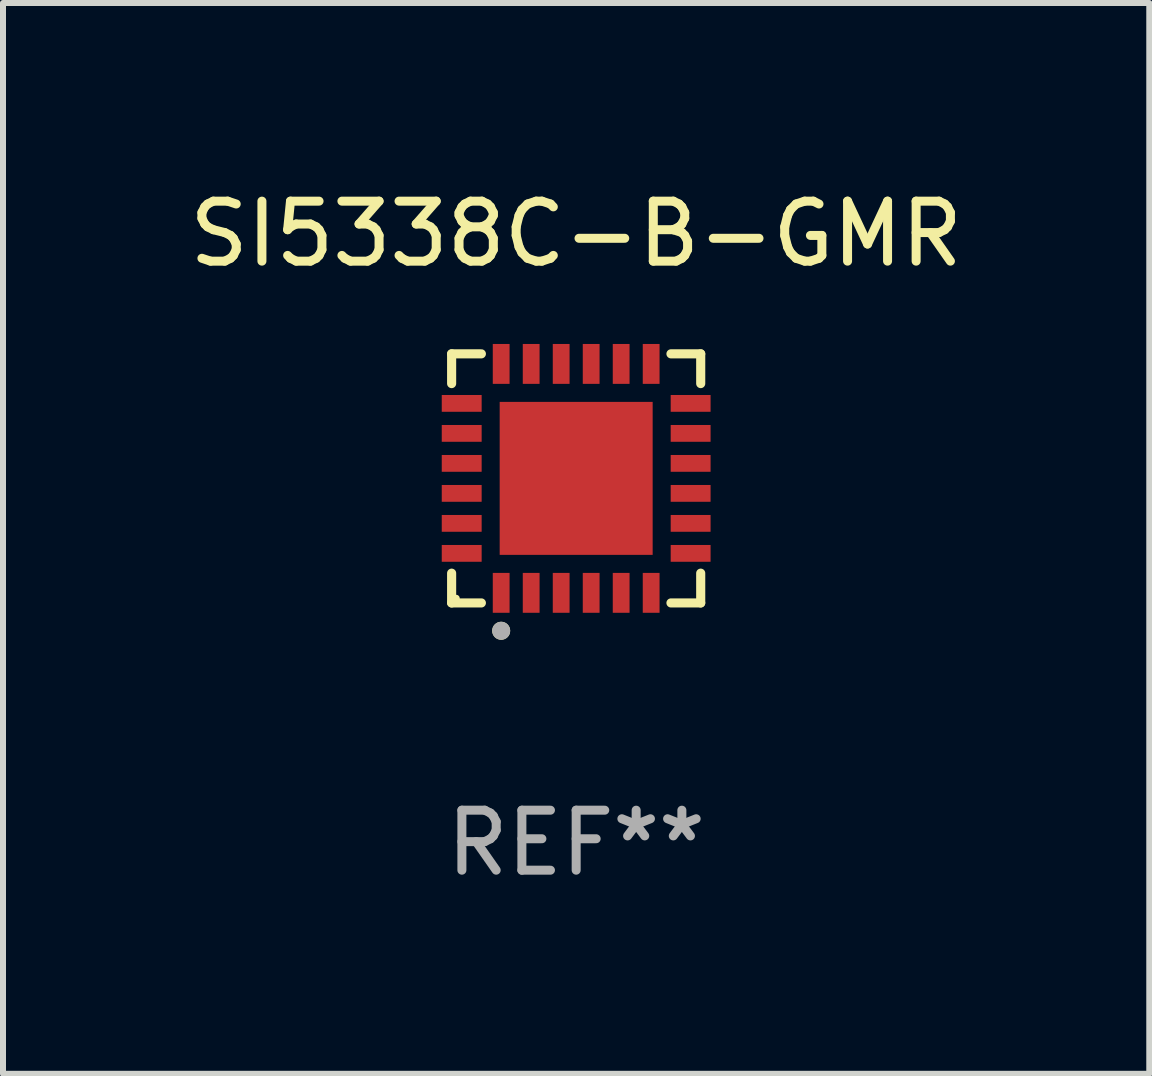
<source format=kicad_pcb>
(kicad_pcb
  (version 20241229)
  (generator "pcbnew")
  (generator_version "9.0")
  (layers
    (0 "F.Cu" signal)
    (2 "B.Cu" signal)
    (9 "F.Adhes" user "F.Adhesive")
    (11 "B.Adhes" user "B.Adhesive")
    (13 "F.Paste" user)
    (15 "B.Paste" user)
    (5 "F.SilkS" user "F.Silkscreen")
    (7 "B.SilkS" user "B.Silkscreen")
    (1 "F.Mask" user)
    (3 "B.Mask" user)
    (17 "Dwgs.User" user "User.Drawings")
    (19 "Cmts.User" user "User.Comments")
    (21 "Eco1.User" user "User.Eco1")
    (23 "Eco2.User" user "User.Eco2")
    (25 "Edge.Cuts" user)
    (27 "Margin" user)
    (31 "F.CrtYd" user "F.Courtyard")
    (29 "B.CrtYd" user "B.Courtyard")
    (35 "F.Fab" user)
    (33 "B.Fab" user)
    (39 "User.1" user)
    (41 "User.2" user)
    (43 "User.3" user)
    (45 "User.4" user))
  (footprint "SI5338C-B-GMR"
    (layer "F.Cu")
    (at 6.554 4.924)
    (property "Reference" "SI5338C-B-GMR" (at 0 -4.076 0) (layer "F.SilkS") (effects (font (size 1 1) (thickness 0.15))))
    (attr through_hole)
    (fp_line (start -2.076 -2.076) (end -1.58 -2.076) (stroke (width 0.152) (type solid)) (layer "F.SilkS"))
    (fp_line (start -2.076 -1.58) (end -2.076 -2.076) (stroke (width 0.152) (type solid)) (layer "F.SilkS"))
    (fp_line (start -2.076 1.58) (end -2.076 2.076) (stroke (width 0.152) (type solid)) (layer "F.SilkS"))
    (fp_line (start -2.076 2.076) (end -1.58 2.076) (stroke (width 0.152) (type solid)) (layer "F.SilkS"))
    (fp_line (start 2.076 -2.076) (end 1.58 -2.076) (stroke (width 0.152) (type solid)) (layer "F.SilkS"))
    (fp_line (start 2.076 -1.58) (end 2.076 -2.076) (stroke (width 0.152) (type solid)) (layer "F.SilkS"))
    (fp_line (start 2.076 1.58) (end 2.076 2.076) (stroke (width 0.152) (type solid)) (layer "F.SilkS"))
    (fp_line (start 2.076 2.076) (end 1.58 2.076) (stroke (width 0.152) (type solid)) (layer "F.SilkS"))
    (fp_circle (center -2 2) (end -1.97 2) (stroke (width 0.06) (type solid)) (fill no) (layer "F.SilkS"))
    (fp_circle (center -1.25 2.54) (end -1.175 2.54) (stroke (width 0.15) (type solid)) (fill no) (layer "F.SilkS"))
    (fp_circle (center -1.25 2.54) (end -1.175 2.54) (stroke (width 0.15) (type solid)) (fill no) (layer "F.Fab"))
    (fp_text user "REF**" (at 0 6.076 0) (layer "F.Fab") (effects (font (size 1 1) (thickness 0.15))))
    (pad "1" smd rect (at -1.25 1.908) (size 0.28 0.665) (layers "F.Cu" "F.Mask" "F.Paste"))
    (pad "2" smd rect (at -0.75 1.908) (size 0.28 0.665) (layers "F.Cu" "F.Mask" "F.Paste"))
    (pad "3" smd rect (at -0.25 1.908) (size 0.28 0.665) (layers "F.Cu" "F.Mask" "F.Paste"))
    (pad "4" smd rect (at 0.25 1.908) (size 0.28 0.665) (layers "F.Cu" "F.Mask" "F.Paste"))
    (pad "5" smd rect (at 0.75 1.908) (size 0.28 0.665) (layers "F.Cu" "F.Mask" "F.Paste"))
    (pad "6" smd rect (at 1.25 1.908) (size 0.28 0.665) (layers "F.Cu" "F.Mask" "F.Paste"))
    (pad "7" smd rect (at 1.908 1.25) (size 0.665 0.28) (layers "F.Cu" "F.Mask" "F.Paste"))
    (pad "8" smd rect (at 1.908 0.75) (size 0.665 0.28) (layers "F.Cu" "F.Mask" "F.Paste"))
    (pad "9" smd rect (at 1.908 0.25) (size 0.665 0.28) (layers "F.Cu" "F.Mask" "F.Paste"))
    (pad "10" smd rect (at 1.908 -0.25) (size 0.665 0.28) (layers "F.Cu" "F.Mask" "F.Paste"))
    (pad "11" smd rect (at 1.908 -0.75) (size 0.665 0.28) (layers "F.Cu" "F.Mask" "F.Paste"))
    (pad "12" smd rect (at 1.908 -1.25) (size 0.665 0.28) (layers "F.Cu" "F.Mask" "F.Paste"))
    (pad "13" smd rect (at 1.25 -1.908) (size 0.28 0.665) (layers "F.Cu" "F.Mask" "F.Paste"))
    (pad "14" smd rect (at 0.75 -1.908) (size 0.28 0.665) (layers "F.Cu" "F.Mask" "F.Paste"))
    (pad "15" smd rect (at 0.25 -1.908) (size 0.28 0.665) (layers "F.Cu" "F.Mask" "F.Paste"))
    (pad "16" smd rect (at -0.25 -1.908) (size 0.28 0.665) (layers "F.Cu" "F.Mask" "F.Paste"))
    (pad "17" smd rect (at -0.75 -1.908) (size 0.28 0.665) (layers "F.Cu" "F.Mask" "F.Paste"))
    (pad "18" smd rect (at -1.25 -1.908) (size 0.28 0.665) (layers "F.Cu" "F.Mask" "F.Paste"))
    (pad "19" smd rect (at -1.908 -1.25) (size 0.665 0.28) (layers "F.Cu" "F.Mask" "F.Paste"))
    (pad "20" smd rect (at -1.908 -0.75) (size 0.665 0.28) (layers "F.Cu" "F.Mask" "F.Paste"))
    (pad "21" smd rect (at -1.908 -0.25) (size 0.665 0.28) (layers "F.Cu" "F.Mask" "F.Paste"))
    (pad "22" smd rect (at -1.908 0.25) (size 0.665 0.28) (layers "F.Cu" "F.Mask" "F.Paste"))
    (pad "23" smd rect (at -1.908 0.75) (size 0.665 0.28) (layers "F.Cu" "F.Mask" "F.Paste"))
    (pad "24" smd rect (at -1.908 1.25) (size 0.665 0.28) (layers "F.Cu" "F.Mask" "F.Paste"))
    (pad "25" smd rect (at 0 0) (size 2.55 2.55) (layers "F.Cu" "F.Mask" "F.Paste")))
  (gr_rect
    (start -3 -3)
    (end 16.107 14.849)
    (stroke (width 0.1) (type default))
    (fill no)
    (layer "Edge.Cuts")))
</source>
